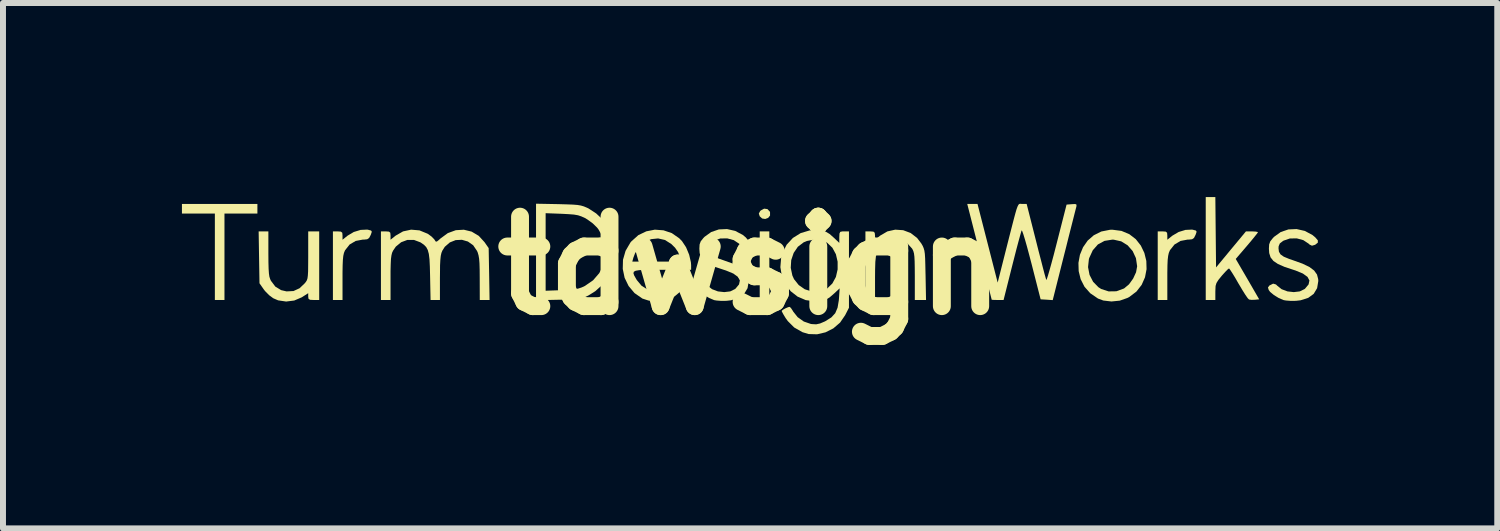
<source format=kicad_pcb>
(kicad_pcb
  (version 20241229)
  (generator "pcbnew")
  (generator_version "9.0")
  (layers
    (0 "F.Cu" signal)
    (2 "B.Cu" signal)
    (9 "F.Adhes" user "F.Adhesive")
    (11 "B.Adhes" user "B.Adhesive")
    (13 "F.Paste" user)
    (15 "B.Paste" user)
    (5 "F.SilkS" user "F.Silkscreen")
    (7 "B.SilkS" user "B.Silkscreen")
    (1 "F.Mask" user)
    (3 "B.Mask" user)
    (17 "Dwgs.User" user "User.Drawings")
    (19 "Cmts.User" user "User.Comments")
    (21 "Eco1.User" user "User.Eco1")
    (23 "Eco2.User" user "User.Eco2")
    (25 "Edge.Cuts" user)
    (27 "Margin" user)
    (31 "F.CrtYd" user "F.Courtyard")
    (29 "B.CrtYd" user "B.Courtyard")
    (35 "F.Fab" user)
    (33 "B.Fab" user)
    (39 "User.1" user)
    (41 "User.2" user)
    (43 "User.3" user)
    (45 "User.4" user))
  (footprint "tdwsign"
    (layer "F.Cu")
    (at 9.525 1.404)
    (property "Reference" "tdwsign" (at 0 0 0) (layer "F.SilkS") (effects (font (size 1.5 1.5) (thickness 0.3))))
    (attr board_only exclude_from_pos_files exclude_from_bom)
    (fp_poly (pts (xy 0.322 0) (xy 0.322 0.575) (xy 0.242 0.575) (xy 0.161 0.575) (xy 0.161 0) (xy 0.161 -0.575) (xy 0.242 -0.575) (xy 0.322 -0.575)) (stroke (width 0) (type solid)) (fill yes) (layer "F.SilkS"))
    (fp_poly (pts (xy 0.29 -0.949) (xy 0.33 -0.907) (xy 0.334 -0.895) (xy 0.334 -0.84) (xy 0.302 -0.801) (xy 0.253 -0.783) (xy 0.202 -0.791) (xy 0.16 -0.829) (xy 0.16 -0.831) (xy 0.146 -0.874) (xy 0.167 -0.913) (xy 0.179 -0.926) (xy 0.235 -0.956)) (stroke (width 0) (type solid)) (fill yes) (layer "F.SilkS"))
    (fp_poly (pts (xy -8.26 -0.955) (xy -8.26 -0.874) (xy -8.536 -0.874) (xy -8.812 -0.874) (xy -8.812 -0.15) (xy -8.812 0.575) (xy -8.892 0.575) (xy -8.973 0.575) (xy -8.973 -0.15) (xy -8.973 -0.874) (xy -9.249 -0.874) (xy -9.525 -0.874) (xy -9.525 -0.955) (xy -9.525 -1.035) (xy -8.892 -1.035) (xy -8.26 -1.035)) (stroke (width 0) (type solid)) (fill yes) (layer "F.SilkS"))
    (fp_poly (pts (xy -6.399 -0.601) (xy -6.354 -0.589) (xy -6.342 -0.569) (xy -6.356 -0.526) (xy -6.362 -0.512) (xy -6.387 -0.465) (xy -6.419 -0.443) (xy -6.475 -0.437) (xy -6.495 -0.437) (xy -6.612 -0.415) (xy -6.714 -0.355) (xy -6.788 -0.261) (xy -6.793 -0.253) (xy -6.809 -0.214) (xy -6.82 -0.165) (xy -6.827 -0.098) (xy -6.831 -0.006) (xy -6.833 0.121) (xy -6.833 0.201) (xy -6.833 0.575) (xy -6.914 0.575) (xy -6.994 0.575) (xy -6.994 0) (xy -6.994 -0.575) (xy -6.914 -0.575) (xy -6.86 -0.571) (xy -6.837 -0.552) (xy -6.833 -0.505) (xy -6.833 -0.435) (xy -6.747 -0.504) (xy -6.644 -0.565) (xy -6.529 -0.6) (xy -6.419 -0.605)) (stroke (width 0) (type solid)) (fill yes) (layer "F.SilkS"))
    (fp_poly (pts (xy 7.428 -0.601) (xy 7.473 -0.589) (xy 7.485 -0.569) (xy 7.471 -0.526) (xy 7.465 -0.512) (xy 7.441 -0.465) (xy 7.409 -0.443) (xy 7.352 -0.437) (xy 7.332 -0.437) (xy 7.215 -0.415) (xy 7.114 -0.355) (xy 7.039 -0.261) (xy 7.035 -0.253) (xy 7.019 -0.214) (xy 7.008 -0.165) (xy 7 -0.098) (xy 6.996 -0.006) (xy 6.994 0.121) (xy 6.994 0.201) (xy 6.994 0.575) (xy 6.914 0.575) (xy 6.833 0.575) (xy 6.833 0) (xy 6.833 -0.575) (xy 6.914 -0.575) (xy 6.968 -0.571) (xy 6.99 -0.552) (xy 6.994 -0.505) (xy 6.994 -0.435) (xy 7.08 -0.504) (xy 7.184 -0.565) (xy 7.299 -0.6) (xy 7.409 -0.605)) (stroke (width 0) (type solid)) (fill yes) (layer "F.SilkS"))
    (fp_poly (pts (xy -8.076 -0.201) (xy -8.075 -0.056) (xy -8.072 0.051) (xy -8.067 0.128) (xy -8.059 0.184) (xy -8.046 0.225) (xy -8.033 0.253) (xy -7.959 0.351) (xy -7.862 0.41) (xy -7.771 0.431) (xy -7.655 0.425) (xy -7.553 0.378) (xy -7.469 0.298) (xy -7.447 0.271) (xy -7.431 0.245) (xy -7.42 0.211) (xy -7.414 0.163) (xy -7.41 0.093) (xy -7.409 -0.007) (xy -7.408 -0.143) (xy -7.408 -0.174) (xy -7.408 -0.575) (xy -7.316 -0.575) (xy -7.224 -0.575) (xy -7.224 0) (xy -7.224 0.575) (xy -7.316 0.575) (xy -7.376 0.572) (xy -7.402 0.557) (xy -7.408 0.523) (xy -7.408 0.518) (xy -7.408 0.461) (xy -7.516 0.53) (xy -7.642 0.584) (xy -7.778 0.601) (xy -7.913 0.581) (xy -7.994 0.546) (xy -8.063 0.495) (xy -8.132 0.425) (xy -8.155 0.395) (xy -8.225 0.295) (xy -8.232 -0.14) (xy -8.239 -0.575) (xy -8.157 -0.575) (xy -8.076 -0.575)) (stroke (width 0) (type solid)) (fill yes) (layer "F.SilkS"))
    (fp_poly (pts (xy 7.805 -0.56) (xy 7.811 0.029) (xy 8.061 -0.273) (xy 8.312 -0.575) (xy 8.412 -0.575) (xy 8.473 -0.572) (xy 8.509 -0.565) (xy 8.513 -0.561) (xy 8.499 -0.539) (xy 8.46 -0.49) (xy 8.403 -0.42) (xy 8.333 -0.337) (xy 8.327 -0.33) (xy 8.141 -0.113) (xy 8.338 0.225) (xy 8.534 0.564) (xy 8.464 0.571) (xy 8.404 0.573) (xy 8.364 0.567) (xy 8.341 0.544) (xy 8.302 0.488) (xy 8.252 0.408) (xy 8.195 0.312) (xy 8.188 0.301) (xy 8.133 0.205) (xy 8.084 0.125) (xy 8.048 0.07) (xy 8.029 0.046) (xy 8.028 0.046) (xy 8.006 0.062) (xy 7.964 0.105) (xy 7.91 0.165) (xy 7.906 0.17) (xy 7.85 0.239) (xy 7.818 0.29) (xy 7.803 0.34) (xy 7.8 0.408) (xy 7.799 0.435) (xy 7.799 0.575) (xy 7.719 0.575) (xy 7.638 0.575) (xy 7.638 -0.288) (xy 7.638 -1.15) (xy 7.719 -1.15) (xy 7.799 -1.15)) (stroke (width 0) (type solid)) (fill yes) (layer "F.SilkS"))
    (fp_poly (pts (xy 2.566 -0.595) (xy 2.691 -0.548) (xy 2.799 -0.465) (xy 2.87 -0.372) (xy 2.893 -0.332) (xy 2.909 -0.295) (xy 2.921 -0.253) (xy 2.929 -0.199) (xy 2.934 -0.123) (xy 2.937 -0.019) (xy 2.94 0.122) (xy 2.941 0.155) (xy 2.949 0.575) (xy 2.855 0.575) (xy 2.761 0.575) (xy 2.761 0.181) (xy 2.76 0.035) (xy 2.758 -0.073) (xy 2.754 -0.151) (xy 2.747 -0.205) (xy 2.736 -0.245) (xy 2.721 -0.277) (xy 2.714 -0.288) (xy 2.64 -0.369) (xy 2.54 -0.419) (xy 2.43 -0.436) (xy 2.319 -0.418) (xy 2.252 -0.385) (xy 2.198 -0.344) (xy 2.158 -0.298) (xy 2.129 -0.241) (xy 2.11 -0.166) (xy 2.099 -0.064) (xy 2.095 0.071) (xy 2.094 0.201) (xy 2.094 0.575) (xy 2.013 0.575) (xy 1.933 0.575) (xy 1.933 0) (xy 1.933 -0.575) (xy 2.013 -0.575) (xy 2.067 -0.571) (xy 2.089 -0.552) (xy 2.094 -0.505) (xy 2.094 -0.435) (xy 2.18 -0.504) (xy 2.302 -0.575) (xy 2.433 -0.604)) (stroke (width 0) (type solid)) (fill yes) (layer "F.SilkS"))
    (fp_poly (pts (xy 6.226 -0.583) (xy 6.357 -0.528) (xy 6.466 -0.444) (xy 6.55 -0.337) (xy 6.609 -0.214) (xy 6.642 -0.08) (xy 6.646 0.058) (xy 6.62 0.194) (xy 6.564 0.321) (xy 6.476 0.434) (xy 6.354 0.526) (xy 6.325 0.541) (xy 6.197 0.586) (xy 6.057 0.6) (xy 5.921 0.584) (xy 5.832 0.551) (xy 5.702 0.462) (xy 5.605 0.352) (xy 5.541 0.226) (xy 5.508 0.091) (xy 5.506 0.024) (xy 5.665 0.024) (xy 5.69 0.154) (xy 5.75 0.27) (xy 5.839 0.361) (xy 5.886 0.391) (xy 6.01 0.431) (xy 6.139 0.429) (xy 6.263 0.384) (xy 6.271 0.38) (xy 6.352 0.312) (xy 6.421 0.216) (xy 6.47 0.11) (xy 6.488 0.01) (xy 6.468 -0.126) (xy 6.413 -0.245) (xy 6.328 -0.342) (xy 6.221 -0.408) (xy 6.096 -0.436) (xy 6.073 -0.437) (xy 5.941 -0.416) (xy 5.83 -0.356) (xy 5.744 -0.258) (xy 5.684 -0.127) (xy 5.679 -0.109) (xy 5.665 0.024) (xy 5.506 0.024) (xy 5.504 -0.047) (xy 5.529 -0.183) (xy 5.581 -0.309) (xy 5.659 -0.421) (xy 5.761 -0.51) (xy 5.887 -0.573) (xy 6.034 -0.602) (xy 6.074 -0.603)) (stroke (width 0) (type solid)) (fill yes) (layer "F.SilkS"))
    (fp_poly (pts (xy -3.215 -1.032) (xy -3.074 -1.028) (xy -2.97 -1.024) (xy -2.894 -1.018) (xy -2.836 -1.008) (xy -2.788 -0.994) (xy -2.74 -0.974) (xy -2.71 -0.96) (xy -2.581 -0.876) (xy -2.46 -0.763) (xy -2.362 -0.634) (xy -2.302 -0.517) (xy -2.263 -0.354) (xy -2.256 -0.178) (xy -2.282 -0.007) (xy -2.302 0.057) (xy -2.371 0.189) (xy -2.473 0.317) (xy -2.595 0.427) (xy -2.71 0.499) (xy -2.762 0.524) (xy -2.809 0.541) (xy -2.86 0.553) (xy -2.925 0.561) (xy -3.013 0.566) (xy -3.132 0.57) (xy -3.215 0.571) (xy -3.589 0.579) (xy -3.589 -0.23) (xy -3.589 -0.88) (xy -3.428 -0.88) (xy -3.428 -0.23) (xy -3.428 0.42) (xy -3.158 0.41) (xy -3.035 0.404) (xy -2.946 0.396) (xy -2.879 0.383) (xy -2.822 0.364) (xy -2.769 0.339) (xy -2.633 0.245) (xy -2.529 0.125) (xy -2.458 -0.013) (xy -2.423 -0.163) (xy -2.424 -0.317) (xy -2.463 -0.468) (xy -2.542 -0.608) (xy -2.567 -0.64) (xy -2.639 -0.71) (xy -2.727 -0.774) (xy -2.769 -0.799) (xy -2.828 -0.826) (xy -2.885 -0.845) (xy -2.954 -0.857) (xy -3.045 -0.864) (xy -3.158 -0.87) (xy -3.428 -0.88) (xy -3.589 -0.88) (xy -3.589 -1.039)) (stroke (width 0) (type solid)) (fill yes) (layer "F.SilkS"))
    (fp_poly (pts (xy -1.452 -0.593) (xy -1.313 -0.546) (xy -1.189 -0.46) (xy -1.142 -0.412) (xy -1.074 -0.309) (xy -1.022 -0.184) (xy -0.993 -0.059) (xy -0.989 -0.009) (xy -0.989 0.069) (xy -1.472 0.069) (xy -1.642 0.069) (xy -1.77 0.071) (xy -1.86 0.075) (xy -1.919 0.085) (xy -1.949 0.101) (xy -1.956 0.126) (xy -1.945 0.161) (xy -1.918 0.209) (xy -1.9 0.24) (xy -1.819 0.337) (xy -1.713 0.404) (xy -1.593 0.436) (xy -1.564 0.437) (xy -1.464 0.421) (xy -1.364 0.378) (xy -1.282 0.318) (xy -1.253 0.283) (xy -1.21 0.246) (xy -1.155 0.232) (xy -1.101 0.238) (xy -1.065 0.265) (xy -1.058 0.291) (xy -1.076 0.329) (xy -1.121 0.384) (xy -1.183 0.445) (xy -1.252 0.503) (xy -1.317 0.548) (xy -1.347 0.563) (xy -1.455 0.591) (xy -1.581 0.598) (xy -1.705 0.584) (xy -1.806 0.551) (xy -1.938 0.459) (xy -2.037 0.341) (xy -2.104 0.203) (xy -2.135 0.054) (xy -2.132 -0.069) (xy -1.975 -0.069) (xy -1.564 -0.069) (xy -1.154 -0.069) (xy -1.172 -0.135) (xy -1.207 -0.227) (xy -1.258 -0.301) (xy -1.322 -0.364) (xy -1.428 -0.431) (xy -1.543 -0.457) (xy -1.658 -0.445) (xy -1.765 -0.398) (xy -1.858 -0.318) (xy -1.929 -0.208) (xy -1.957 -0.135) (xy -1.975 -0.069) (xy -2.132 -0.069) (xy -2.131 -0.1) (xy -2.088 -0.249) (xy -2.007 -0.388) (xy -1.989 -0.409) (xy -1.874 -0.512) (xy -1.74 -0.576) (xy -1.597 -0.604)) (stroke (width 0) (type solid)) (fill yes) (layer "F.SilkS"))
    (fp_poly (pts (xy -0.25 -0.583) (xy -0.122 -0.515) (xy -0.075 -0.476) (xy -0.031 -0.425) (xy -0.031 -0.386) (xy -0.074 -0.352) (xy -0.081 -0.349) (xy -0.129 -0.335) (xy -0.168 -0.353) (xy -0.185 -0.369) (xy -0.274 -0.428) (xy -0.384 -0.458) (xy -0.5 -0.456) (xy -0.605 -0.42) (xy -0.615 -0.414) (xy -0.668 -0.373) (xy -0.688 -0.325) (xy -0.69 -0.291) (xy -0.683 -0.234) (xy -0.656 -0.189) (xy -0.602 -0.151) (xy -0.513 -0.114) (xy -0.449 -0.092) (xy -0.29 -0.035) (xy -0.173 0.021) (xy -0.093 0.081) (xy -0.045 0.148) (xy -0.025 0.225) (xy -0.023 0.257) (xy -0.043 0.377) (xy -0.1 0.472) (xy -0.193 0.54) (xy -0.32 0.58) (xy -0.398 0.589) (xy -0.486 0.59) (xy -0.564 0.584) (xy -0.604 0.577) (xy -0.688 0.541) (xy -0.769 0.491) (xy -0.831 0.439) (xy -0.854 0.408) (xy -0.867 0.365) (xy -0.843 0.333) (xy -0.838 0.33) (xy -0.78 0.301) (xy -0.732 0.315) (xy -0.712 0.335) (xy -0.638 0.394) (xy -0.54 0.431) (xy -0.434 0.443) (xy -0.333 0.431) (xy -0.252 0.391) (xy -0.245 0.385) (xy -0.186 0.314) (xy -0.172 0.248) (xy -0.204 0.188) (xy -0.281 0.132) (xy -0.404 0.081) (xy -0.438 0.07) (xy -0.589 0.02) (xy -0.699 -0.028) (xy -0.776 -0.08) (xy -0.823 -0.139) (xy -0.846 -0.211) (xy -0.851 -0.284) (xy -0.847 -0.356) (xy -0.828 -0.408) (xy -0.786 -0.461) (xy -0.764 -0.484) (xy -0.653 -0.564) (xy -0.524 -0.608) (xy -0.387 -0.614)) (stroke (width 0) (type solid)) (fill yes) (layer "F.SilkS"))
    (fp_poly (pts (xy 9.298 -0.583) (xy 9.426 -0.515) (xy 9.473 -0.476) (xy 9.517 -0.425) (xy 9.517 -0.386) (xy 9.474 -0.352) (xy 9.467 -0.349) (xy 9.419 -0.335) (xy 9.38 -0.353) (xy 9.363 -0.369) (xy 9.274 -0.428) (xy 9.164 -0.458) (xy 9.048 -0.456) (xy 8.943 -0.42) (xy 8.933 -0.414) (xy 8.88 -0.373) (xy 8.86 -0.325) (xy 8.858 -0.291) (xy 8.865 -0.234) (xy 8.892 -0.189) (xy 8.946 -0.151) (xy 9.035 -0.114) (xy 9.099 -0.092) (xy 9.258 -0.035) (xy 9.375 0.021) (xy 9.455 0.081) (xy 9.503 0.148) (xy 9.523 0.225) (xy 9.525 0.257) (xy 9.505 0.377) (xy 9.448 0.472) (xy 9.355 0.54) (xy 9.228 0.58) (xy 9.15 0.589) (xy 9.062 0.59) (xy 8.984 0.584) (xy 8.944 0.577) (xy 8.86 0.541) (xy 8.779 0.491) (xy 8.717 0.439) (xy 8.694 0.408) (xy 8.681 0.365) (xy 8.705 0.333) (xy 8.71 0.33) (xy 8.768 0.301) (xy 8.816 0.315) (xy 8.836 0.335) (xy 8.91 0.394) (xy 9.008 0.431) (xy 9.114 0.443) (xy 9.215 0.431) (xy 9.296 0.391) (xy 9.303 0.385) (xy 9.362 0.314) (xy 9.376 0.248) (xy 9.344 0.188) (xy 9.267 0.132) (xy 9.144 0.081) (xy 9.11 0.07) (xy 8.959 0.02) (xy 8.849 -0.028) (xy 8.772 -0.08) (xy 8.725 -0.139) (xy 8.702 -0.211) (xy 8.697 -0.284) (xy 8.701 -0.356) (xy 8.72 -0.408) (xy 8.762 -0.461) (xy 8.784 -0.484) (xy 8.895 -0.564) (xy 9.024 -0.608) (xy 9.161 -0.614)) (stroke (width 0) (type solid)) (fill yes) (layer "F.SilkS"))
    (fp_poly (pts (xy 4.538 -1.037) (xy 4.558 -1.035) (xy 4.562 -1.035) (xy 4.636 -1.035) (xy 4.795 -0.408) (xy 4.836 -0.245) (xy 4.875 -0.096) (xy 4.908 0.033) (xy 4.935 0.136) (xy 4.955 0.206) (xy 4.965 0.239) (xy 4.965 0.24) (xy 4.974 0.224) (xy 4.992 0.169) (xy 5.018 0.08) (xy 5.051 -0.038) (xy 5.089 -0.179) (xy 5.13 -0.338) (xy 5.141 -0.381) (xy 5.305 -1.024) (xy 5.393 -1.031) (xy 5.45 -1.034) (xy 5.472 -1.023) (xy 5.47 -0.994) (xy 5.468 -0.985) (xy 5.459 -0.951) (xy 5.44 -0.877) (xy 5.413 -0.77) (xy 5.379 -0.636) (xy 5.339 -0.479) (xy 5.296 -0.306) (xy 5.263 -0.177) (xy 5.073 0.577) (xy 4.972 0.57) (xy 4.87 0.564) (xy 4.719 -0.027) (xy 4.678 -0.183) (xy 4.641 -0.321) (xy 4.608 -0.437) (xy 4.581 -0.525) (xy 4.562 -0.578) (xy 4.552 -0.593) (xy 4.552 -0.593) (xy 4.543 -0.565) (xy 4.524 -0.498) (xy 4.497 -0.399) (xy 4.464 -0.275) (xy 4.427 -0.13) (xy 4.393 0.003) (xy 4.249 0.575) (xy 4.149 0.575) (xy 4.089 0.574) (xy 4.053 0.571) (xy 4.049 0.569) (xy 4.044 0.547) (xy 4.028 0.484) (xy 4.003 0.387) (xy 3.971 0.261) (xy 3.933 0.11) (xy 3.889 -0.06) (xy 3.844 -0.236) (xy 3.64 -1.035) (xy 3.726 -1.035) (xy 3.812 -1.035) (xy 3.981 -0.376) (xy 4.15 0.283) (xy 4.292 -0.278) (xy 4.344 -0.483) (xy 4.386 -0.647) (xy 4.419 -0.775) (xy 4.445 -0.872) (xy 4.465 -0.942) (xy 4.482 -0.989) (xy 4.496 -1.018) (xy 4.509 -1.033) (xy 4.522 -1.037)) (stroke (width 0) (type solid)) (fill yes) (layer "F.SilkS"))
    (fp_poly (pts (xy -5.543 -0.592) (xy -5.409 -0.537) (xy -5.398 -0.531) (xy -5.339 -0.487) (xy -5.296 -0.443) (xy -5.289 -0.433) (xy -5.272 -0.406) (xy -5.252 -0.404) (xy -5.219 -0.43) (xy -5.192 -0.455) (xy -5.068 -0.546) (xy -4.934 -0.595) (xy -4.799 -0.603) (xy -4.668 -0.571) (xy -4.549 -0.5) (xy -4.453 -0.395) (xy -4.383 -0.295) (xy -4.375 0.14) (xy -4.368 0.575) (xy -4.45 0.575) (xy -4.532 0.575) (xy -4.533 0.213) (xy -4.534 0.069) (xy -4.537 -0.038) (xy -4.543 -0.116) (xy -4.553 -0.174) (xy -4.567 -0.222) (xy -4.578 -0.247) (xy -4.643 -0.343) (xy -4.731 -0.405) (xy -4.831 -0.434) (xy -4.936 -0.429) (xy -5.034 -0.39) (xy -5.118 -0.317) (xy -5.159 -0.253) (xy -5.175 -0.214) (xy -5.186 -0.165) (xy -5.193 -0.098) (xy -5.198 -0.006) (xy -5.199 0.121) (xy -5.2 0.201) (xy -5.2 0.575) (xy -5.278 0.575) (xy -5.357 0.575) (xy -5.365 0.177) (xy -5.369 0.016) (xy -5.375 -0.107) (xy -5.386 -0.197) (xy -5.404 -0.263) (xy -5.43 -0.312) (xy -5.467 -0.35) (xy -5.517 -0.385) (xy -5.529 -0.392) (xy -5.635 -0.432) (xy -5.746 -0.432) (xy -5.85 -0.393) (xy -5.939 -0.32) (xy -5.985 -0.253) (xy -6.002 -0.217) (xy -6.013 -0.172) (xy -6.021 -0.112) (xy -6.025 -0.028) (xy -6.028 0.087) (xy -6.028 0.201) (xy -6.028 0.575) (xy -6.108 0.575) (xy -6.189 0.575) (xy -6.189 0) (xy -6.189 -0.575) (xy -6.108 -0.575) (xy -6.054 -0.571) (xy -6.032 -0.552) (xy -6.028 -0.505) (xy -6.028 -0.435) (xy -5.942 -0.504) (xy -5.818 -0.575) (xy -5.683 -0.604)) (stroke (width 0) (type solid)) (fill yes) (layer "F.SilkS"))
    (fp_poly (pts (xy 1.187 -0.593) (xy 1.264 -0.573) (xy 1.333 -0.531) (xy 1.409 -0.464) (xy 1.495 -0.382) (xy 1.495 -0.478) (xy 1.498 -0.539) (xy 1.511 -0.567) (xy 1.547 -0.575) (xy 1.576 -0.575) (xy 1.657 -0.575) (xy 1.657 0.065) (xy 1.657 0.705) (xy 1.593 0.83) (xy 1.508 0.954) (xy 1.395 1.051) (xy 1.264 1.117) (xy 1.123 1.15) (xy 0.982 1.146) (xy 0.878 1.115) (xy 0.739 1.036) (xy 0.632 0.929) (xy 0.595 0.878) (xy 0.558 0.817) (xy 0.534 0.772) (xy 0.529 0.758) (xy 0.548 0.74) (xy 0.59 0.716) (xy 0.636 0.696) (xy 0.663 0.69) (xy 0.684 0.709) (xy 0.714 0.754) (xy 0.723 0.77) (xy 0.797 0.863) (xy 0.9 0.936) (xy 1.019 0.977) (xy 1.036 0.979) (xy 1.107 0.983) (xy 1.172 0.969) (xy 1.252 0.935) (xy 1.265 0.928) (xy 1.362 0.867) (xy 1.427 0.796) (xy 1.466 0.704) (xy 1.487 0.58) (xy 1.49 0.545) (xy 1.501 0.38) (xy 1.412 0.463) (xy 1.331 0.533) (xy 1.262 0.574) (xy 1.187 0.593) (xy 1.089 0.598) (xy 1.087 0.598) (xy 0.932 0.577) (xy 0.795 0.518) (xy 0.68 0.428) (xy 0.591 0.311) (xy 0.532 0.175) (xy 0.509 0.036) (xy 0.681 0.036) (xy 0.708 0.164) (xy 0.736 0.226) (xy 0.815 0.325) (xy 0.916 0.395) (xy 1.031 0.433) (xy 1.148 0.437) (xy 1.258 0.404) (xy 1.289 0.385) (xy 1.378 0.299) (xy 1.438 0.189) (xy 1.467 0.063) (xy 1.467 -0.067) (xy 1.438 -0.192) (xy 1.379 -0.301) (xy 1.291 -0.385) (xy 1.19 -0.427) (xy 1.072 -0.437) (xy 0.951 -0.414) (xy 0.897 -0.391) (xy 0.8 -0.317) (xy 0.73 -0.214) (xy 0.689 -0.093) (xy 0.681 0.036) (xy 0.509 0.036) (xy 0.507 0.025) (xy 0.52 -0.133) (xy 0.541 -0.21) (xy 0.612 -0.351) (xy 0.717 -0.465) (xy 0.847 -0.546) (xy 0.997 -0.591) (xy 1.087 -0.598)) (stroke (width 0) (type solid)) (fill yes) (layer "F.SilkS")))
  (gr_rect
    (start -3 -3)
    (end 22.05 5.808)
    (stroke (width 0.1) (type default))
    (fill no)
    (layer "Edge.Cuts")))
</source>
